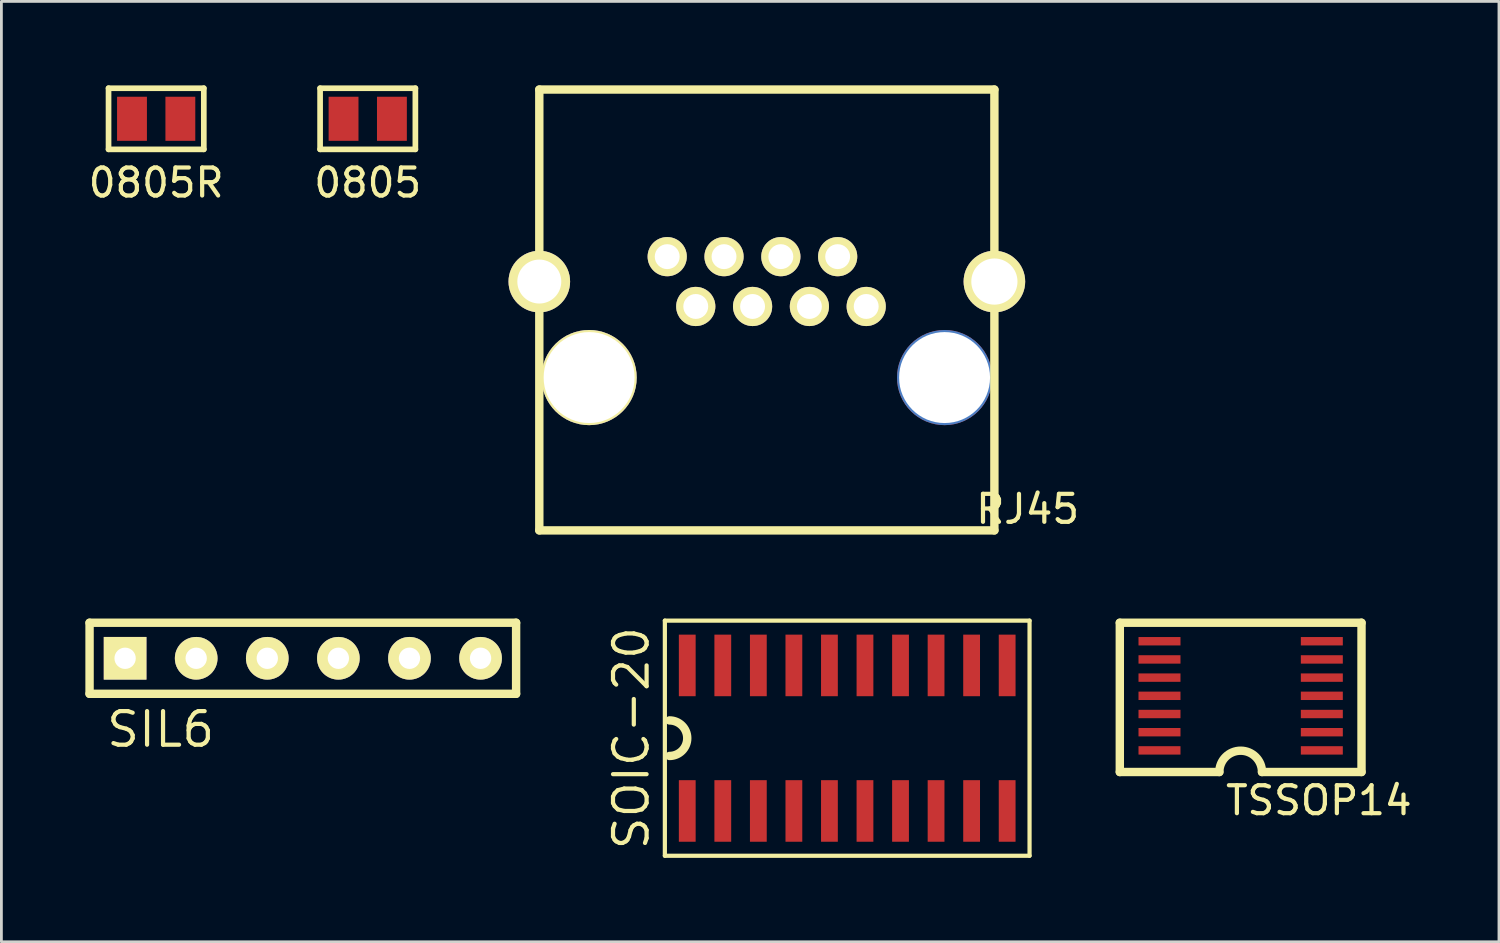
<source format=kicad_pcb>
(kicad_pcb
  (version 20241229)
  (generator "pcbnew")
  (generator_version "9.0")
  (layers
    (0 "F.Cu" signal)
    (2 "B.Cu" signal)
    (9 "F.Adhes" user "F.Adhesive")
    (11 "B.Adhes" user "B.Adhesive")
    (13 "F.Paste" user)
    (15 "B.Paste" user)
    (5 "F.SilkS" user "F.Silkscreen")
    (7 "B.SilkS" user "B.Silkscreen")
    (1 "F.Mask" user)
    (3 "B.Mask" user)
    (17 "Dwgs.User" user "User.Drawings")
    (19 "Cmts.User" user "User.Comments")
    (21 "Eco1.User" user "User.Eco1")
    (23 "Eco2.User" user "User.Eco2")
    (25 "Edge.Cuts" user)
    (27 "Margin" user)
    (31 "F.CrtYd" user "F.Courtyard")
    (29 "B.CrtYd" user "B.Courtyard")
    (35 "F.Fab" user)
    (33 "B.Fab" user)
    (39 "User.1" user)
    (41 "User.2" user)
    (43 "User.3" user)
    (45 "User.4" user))
  (footprint "SIL6"
    (layer "F.Cu")
    (at 1.42 20.47)
    (property "Reference" "SIL6" (at 1.27 2.54 0) (layer "F.SilkS") (effects (font (size 1.2 1.2) (thickness 0.15))))
    (attr through_hole)
    (fp_line (start -1.27 -1.27) (end 13.97 -1.27) (stroke (width 0.3) (type solid)) (layer "F.SilkS"))
    (fp_line (start -1.27 1.27) (end -1.27 -1.27) (stroke (width 0.3) (type solid)) (layer "F.SilkS"))
    (fp_line (start 13.97 -1.27) (end 13.97 1.27) (stroke (width 0.3) (type solid)) (layer "F.SilkS"))
    (fp_line (start 13.97 1.27) (end -1.27 1.27) (stroke (width 0.3) (type solid)) (layer "F.SilkS"))
    (pad "1" thru_hole rect (at 0 0) (size 1.524 1.524) (drill 0.762) (layers "*.Cu" "*.Mask" "F.SilkS"))
    (pad "2" thru_hole circle (at 2.54 0) (size 1.524 1.524) (drill 0.762) (layers "*.Cu" "*.Mask" "F.SilkS"))
    (pad "3" thru_hole circle (at 5.08 0) (size 1.524 1.524) (drill 0.762) (layers "*.Cu" "*.Mask" "F.SilkS"))
    (pad "4" thru_hole circle (at 7.62 0) (size 1.524 1.524) (drill 0.762) (layers "*.Cu" "*.Mask" "F.SilkS"))
    (pad "5" thru_hole circle (at 10.16 0) (size 1.524 1.524) (drill 0.762) (layers "*.Cu" "*.Mask" "F.SilkS"))
    (pad "6" thru_hole circle (at 12.7 0) (size 1.524 1.524) (drill 0.762) (layers "*.Cu" "*.Mask" "F.SilkS")))
  (footprint "0805"
    (layer "F.Cu")
    (at 10.089 1.194)
    (property "Reference" "0805" (at 0 2.286 0) (layer "F.SilkS") (effects (font (size 1 1) (thickness 0.15))))
    (attr through_hole)
    (fp_line (start -1.702 -1.092) (end -1.702 1.092) (stroke (width 0.203) (type solid)) (layer "F.SilkS"))
    (fp_line (start -1.702 -1.092) (end 1.702 -1.092) (stroke (width 0.203) (type solid)) (layer "F.SilkS"))
    (fp_line (start -1.702 1.092) (end 1.702 1.092) (stroke (width 0.203) (type solid)) (layer "F.SilkS"))
    (fp_line (start 1.702 -1.092) (end 1.702 1.092) (stroke (width 0.203) (type solid)) (layer "F.SilkS"))
    (pad "1" smd rect (at -0.864 0) (size 1.067 1.575) (layers "F.Cu" "F.Mask" "F.Paste"))
    (pad "2" smd rect (at 0.864 0) (size 1.067 1.575) (layers "F.Cu" "F.Mask" "F.Paste")))
  (footprint "SOIC-20"
    (layer "F.Cu")
    (at 27.22 23.325)
    (property "Reference" "SOIC-20" (at -7.715 0 90) (layer "F.SilkS") (effects (font (size 1.2 1.2) (thickness 0.15))))
    (attr through_hole)
    (fp_line (start -6.515 -4.2) (end -6.515 4.2) (stroke (width 0.15) (type solid)) (layer "F.SilkS"))
    (fp_line (start -6.515 4.2) (end 6.515 4.2) (stroke (width 0.15) (type solid)) (layer "F.SilkS"))
    (fp_line (start 6.515 -4.2) (end -6.515 -4.2) (stroke (width 0.15) (type solid)) (layer "F.SilkS"))
    (fp_line (start 6.515 4.2) (end 6.515 -4.2) (stroke (width 0.15) (type solid)) (layer "F.SilkS"))
    (fp_arc (start -6.35 -0.635) (mid -5.715 0) (end -6.35 0.635) (stroke (width 0.3) (type solid)) (layer "F.SilkS"))
    (pad "1" smd rect (at -5.715 2.6) (size 0.6 2.2) (layers "F.Cu" "F.Mask" "F.Paste"))
    (pad "2" smd rect (at -4.445 2.6) (size 0.6 2.2) (layers "F.Cu" "F.Mask" "F.Paste"))
    (pad "3" smd rect (at -3.175 2.6) (size 0.6 2.2) (layers "F.Cu" "F.Mask" "F.Paste"))
    (pad "4" smd rect (at -1.905 2.6) (size 0.6 2.2) (layers "F.Cu" "F.Mask" "F.Paste"))
    (pad "5" smd rect (at -0.635 2.6) (size 0.6 2.2) (layers "F.Cu" "F.Mask" "F.Paste"))
    (pad "6" smd rect (at 0.635 2.6) (size 0.6 2.2) (layers "F.Cu" "F.Mask" "F.Paste"))
    (pad "7" smd rect (at 1.905 2.6) (size 0.6 2.2) (layers "F.Cu" "F.Mask" "F.Paste"))
    (pad "8" smd rect (at 3.175 2.6) (size 0.6 2.2) (layers "F.Cu" "F.Mask" "F.Paste"))
    (pad "9" smd rect (at 4.445 2.6) (size 0.6 2.2) (layers "F.Cu" "F.Mask" "F.Paste"))
    (pad "10" smd rect (at 5.715 2.6) (size 0.6 2.2) (layers "F.Cu" "F.Mask" "F.Paste"))
    (pad "11" smd rect (at 5.715 -2.6) (size 0.6 2.2) (layers "F.Cu" "F.Mask" "F.Paste"))
    (pad "12" smd rect (at 4.445 -2.6) (size 0.6 2.2) (layers "F.Cu" "F.Mask" "F.Paste"))
    (pad "13" smd rect (at 3.175 -2.6) (size 0.6 2.2) (layers "F.Cu" "F.Mask" "F.Paste"))
    (pad "14" smd rect (at 1.905 -2.6) (size 0.6 2.2) (layers "F.Cu" "F.Mask" "F.Paste"))
    (pad "15" smd rect (at 0.635 -2.6) (size 0.6 2.2) (layers "F.Cu" "F.Mask" "F.Paste"))
    (pad "16" smd rect (at -0.635 -2.6) (size 0.6 2.2) (layers "F.Cu" "F.Mask" "F.Paste"))
    (pad "17" smd rect (at -1.905 -2.6) (size 0.6 2.2) (layers "F.Cu" "F.Mask" "F.Paste"))
    (pad "18" smd rect (at -3.175 -2.6) (size 0.6 2.2) (layers "F.Cu" "F.Mask" "F.Paste"))
    (pad "19" smd rect (at -4.445 -2.6) (size 0.6 2.2) (layers "F.Cu" "F.Mask" "F.Paste"))
    (pad "20" smd rect (at -5.715 -2.6) (size 0.6 2.2) (layers "F.Cu" "F.Mask" "F.Paste")))
  (footprint "TSSOP14"
    (layer "F.Cu")
    (at 41.278 21.486)
    (property "Reference" "TSSOP14" (at 2.794 4.064 0) (layer "F.SilkS") (effects (font (size 1 1) (thickness 0.15))))
    (attr through_hole)
    (fp_line (start -4.318 -2.286) (end -4.318 3.048) (stroke (width 0.3) (type solid)) (layer "F.SilkS"))
    (fp_line (start -4.318 -2.286) (end 4.318 -2.286) (stroke (width 0.3) (type solid)) (layer "F.SilkS"))
    (fp_line (start -4.318 3.048) (end -0.762 3.048) (stroke (width 0.3) (type solid)) (layer "F.SilkS"))
    (fp_line (start 4.318 -2.286) (end 4.318 3.048) (stroke (width 0.3) (type solid)) (layer "F.SilkS"))
    (fp_line (start 4.318 3.048) (end 0.762 3.048) (stroke (width 0.3) (type solid)) (layer "F.SilkS"))
    (fp_arc (start -0.762 3.048) (mid 0 2.286) (end 0.762 3.048) (stroke (width 0.3) (type solid)) (layer "F.SilkS"))
    (pad "1" smd rect (at 2.9 2.275 90) (size 0.3 1.5) (layers "F.Cu" "F.Mask" "F.Paste"))
    (pad "2" smd rect (at 2.9 1.625 90) (size 0.3 1.5) (layers "F.Cu" "F.Mask" "F.Paste"))
    (pad "3" smd rect (at 2.9 0.975 90) (size 0.3 1.5) (layers "F.Cu" "F.Mask" "F.Paste"))
    (pad "4" smd rect (at 2.9 0.325 90) (size 0.3 1.5) (layers "F.Cu" "F.Mask" "F.Paste"))
    (pad "5" smd rect (at 2.9 -0.325 90) (size 0.3 1.5) (layers "F.Cu" "F.Mask" "F.Paste"))
    (pad "6" smd rect (at 2.9 -0.975 90) (size 0.3 1.5) (layers "F.Cu" "F.Mask" "F.Paste"))
    (pad "7" smd rect (at 2.9 -1.625 90) (size 0.3 1.5) (layers "F.Cu" "F.Mask" "F.Paste"))
    (pad "8" smd rect (at -2.9 -1.625 90) (size 0.3 1.5) (layers "F.Cu" "F.Mask" "F.Paste"))
    (pad "9" smd rect (at -2.9 -0.975 90) (size 0.3 1.5) (layers "F.Cu" "F.Mask" "F.Paste"))
    (pad "10" smd rect (at -2.9 -0.325 90) (size 0.3 1.5) (layers "F.Cu" "F.Mask" "F.Paste"))
    (pad "11" smd rect (at -2.9 0.325 90) (size 0.3 1.5) (layers "F.Cu" "F.Mask" "F.Paste"))
    (pad "12" smd rect (at -2.9 0.975 90) (size 0.3 1.5) (layers "F.Cu" "F.Mask" "F.Paste"))
    (pad "13" smd rect (at -2.9 1.625 90) (size 0.3 1.5) (layers "F.Cu" "F.Mask" "F.Paste"))
    (pad "14" smd rect (at -2.9 2.275 90) (size 0.3 1.5) (layers "F.Cu" "F.Mask" "F.Paste")))
  (footprint "0805R"
    (layer "F.Cu")
    (at 2.53 1.194)
    (property "Reference" "0805R" (at 0 2.286 0) (layer "F.SilkS") (effects (font (size 1 1) (thickness 0.15))))
    (attr through_hole)
    (fp_line (start -1.702 -1.092) (end -1.702 1.092) (stroke (width 0.203) (type solid)) (layer "F.SilkS"))
    (fp_line (start -1.702 -1.092) (end 1.702 -1.092) (stroke (width 0.203) (type solid)) (layer "F.SilkS"))
    (fp_line (start -1.702 1.092) (end 1.702 1.092) (stroke (width 0.203) (type solid)) (layer "F.SilkS"))
    (fp_line (start 1.702 -1.092) (end 1.702 1.092) (stroke (width 0.203) (type solid)) (layer "F.SilkS"))
    (pad "1" smd rect (at -0.864 0) (size 1.067 1.575) (layers "F.Cu" "F.Mask" "F.Paste"))
    (pad "2" smd rect (at 0.864 0) (size 1.067 1.575) (layers "F.Cu" "F.Mask" "F.Paste")))
  (footprint "RJ45"
    (layer "F.Cu")
    (at 16.219 7.01)
    (property "Reference" "RJ45" (at 17.448 8.129 0) (layer "F.SilkS") (effects (font (size 1 1) (thickness 0.15))))
    (attr through_hole)
    (fp_line (start 0 -6.86) (end 16.26 -6.86) (stroke (width 0.3) (type solid)) (layer "F.SilkS"))
    (fp_line (start 0 8.89) (end 0 -6.86) (stroke (width 0.3) (type solid)) (layer "F.SilkS"))
    (fp_line (start 0 8.89) (end 16.26 8.89) (stroke (width 0.3) (type solid)) (layer "F.SilkS"))
    (fp_line (start 16.26 8.89) (end 16.26 -6.86) (stroke (width 0.3) (type solid)) (layer "F.SilkS"))
    (pad "" np_thru_hole circle (at 0 0) (size 2.2 2.2) (drill 1.57) (layers "*.Cu" "*.Mask" "F.SilkS"))
    (pad "" np_thru_hole circle (at 1.78 3.43) (size 3.4 3.4) (drill 3.25) (layers "*.Cu" "*.Mask" "F.SilkS"))
    (pad "" np_thru_hole circle (at 14.48 3.43) (size 3.4 3.4) (drill 3.25) (layers "*.Cu" "*.Mask"))
    (pad "" np_thru_hole circle (at 16.26 0) (size 2.2 2.2) (drill 1.65) (layers "*.Cu" "*.Mask" "F.SilkS"))
    (pad "1" thru_hole circle (at 11.68 0.89) (size 1.4 1.4) (drill 0.89) (layers "*.Cu" "*.Mask" "F.SilkS"))
    (pad "2" thru_hole circle (at 10.66 -0.89) (size 1.4 1.4) (drill 0.89) (layers "*.Cu" "*.Mask" "F.SilkS"))
    (pad "3" thru_hole circle (at 9.65 0.89) (size 1.4 1.4) (drill 0.89) (layers "*.Cu" "*.Mask" "F.SilkS"))
    (pad "4" thru_hole circle (at 8.63 -0.89) (size 1.4 1.4) (drill 0.89) (layers "*.Cu" "*.Mask" "F.SilkS"))
    (pad "5" thru_hole circle (at 7.62 0.89) (size 1.4 1.4) (drill 0.89) (layers "*.Cu" "*.Mask" "F.SilkS"))
    (pad "6" thru_hole circle (at 6.6 -0.89) (size 1.4 1.4) (drill 0.89) (layers "*.Cu" "*.Mask" "F.SilkS"))
    (pad "7" thru_hole circle (at 5.59 0.89) (size 1.4 1.4) (drill 0.89) (layers "*.Cu" "*.Mask" "F.SilkS"))
    (pad "8" thru_hole circle (at 4.57 -0.89) (size 1.4 1.4) (drill 0.89) (layers "*.Cu" "*.Mask" "F.SilkS")))
  (gr_rect
    (start -3 -3)
    (end 50.507 30.6)
    (stroke (width 0.1) (type default))
    (fill no)
    (layer "Edge.Cuts")))
</source>
